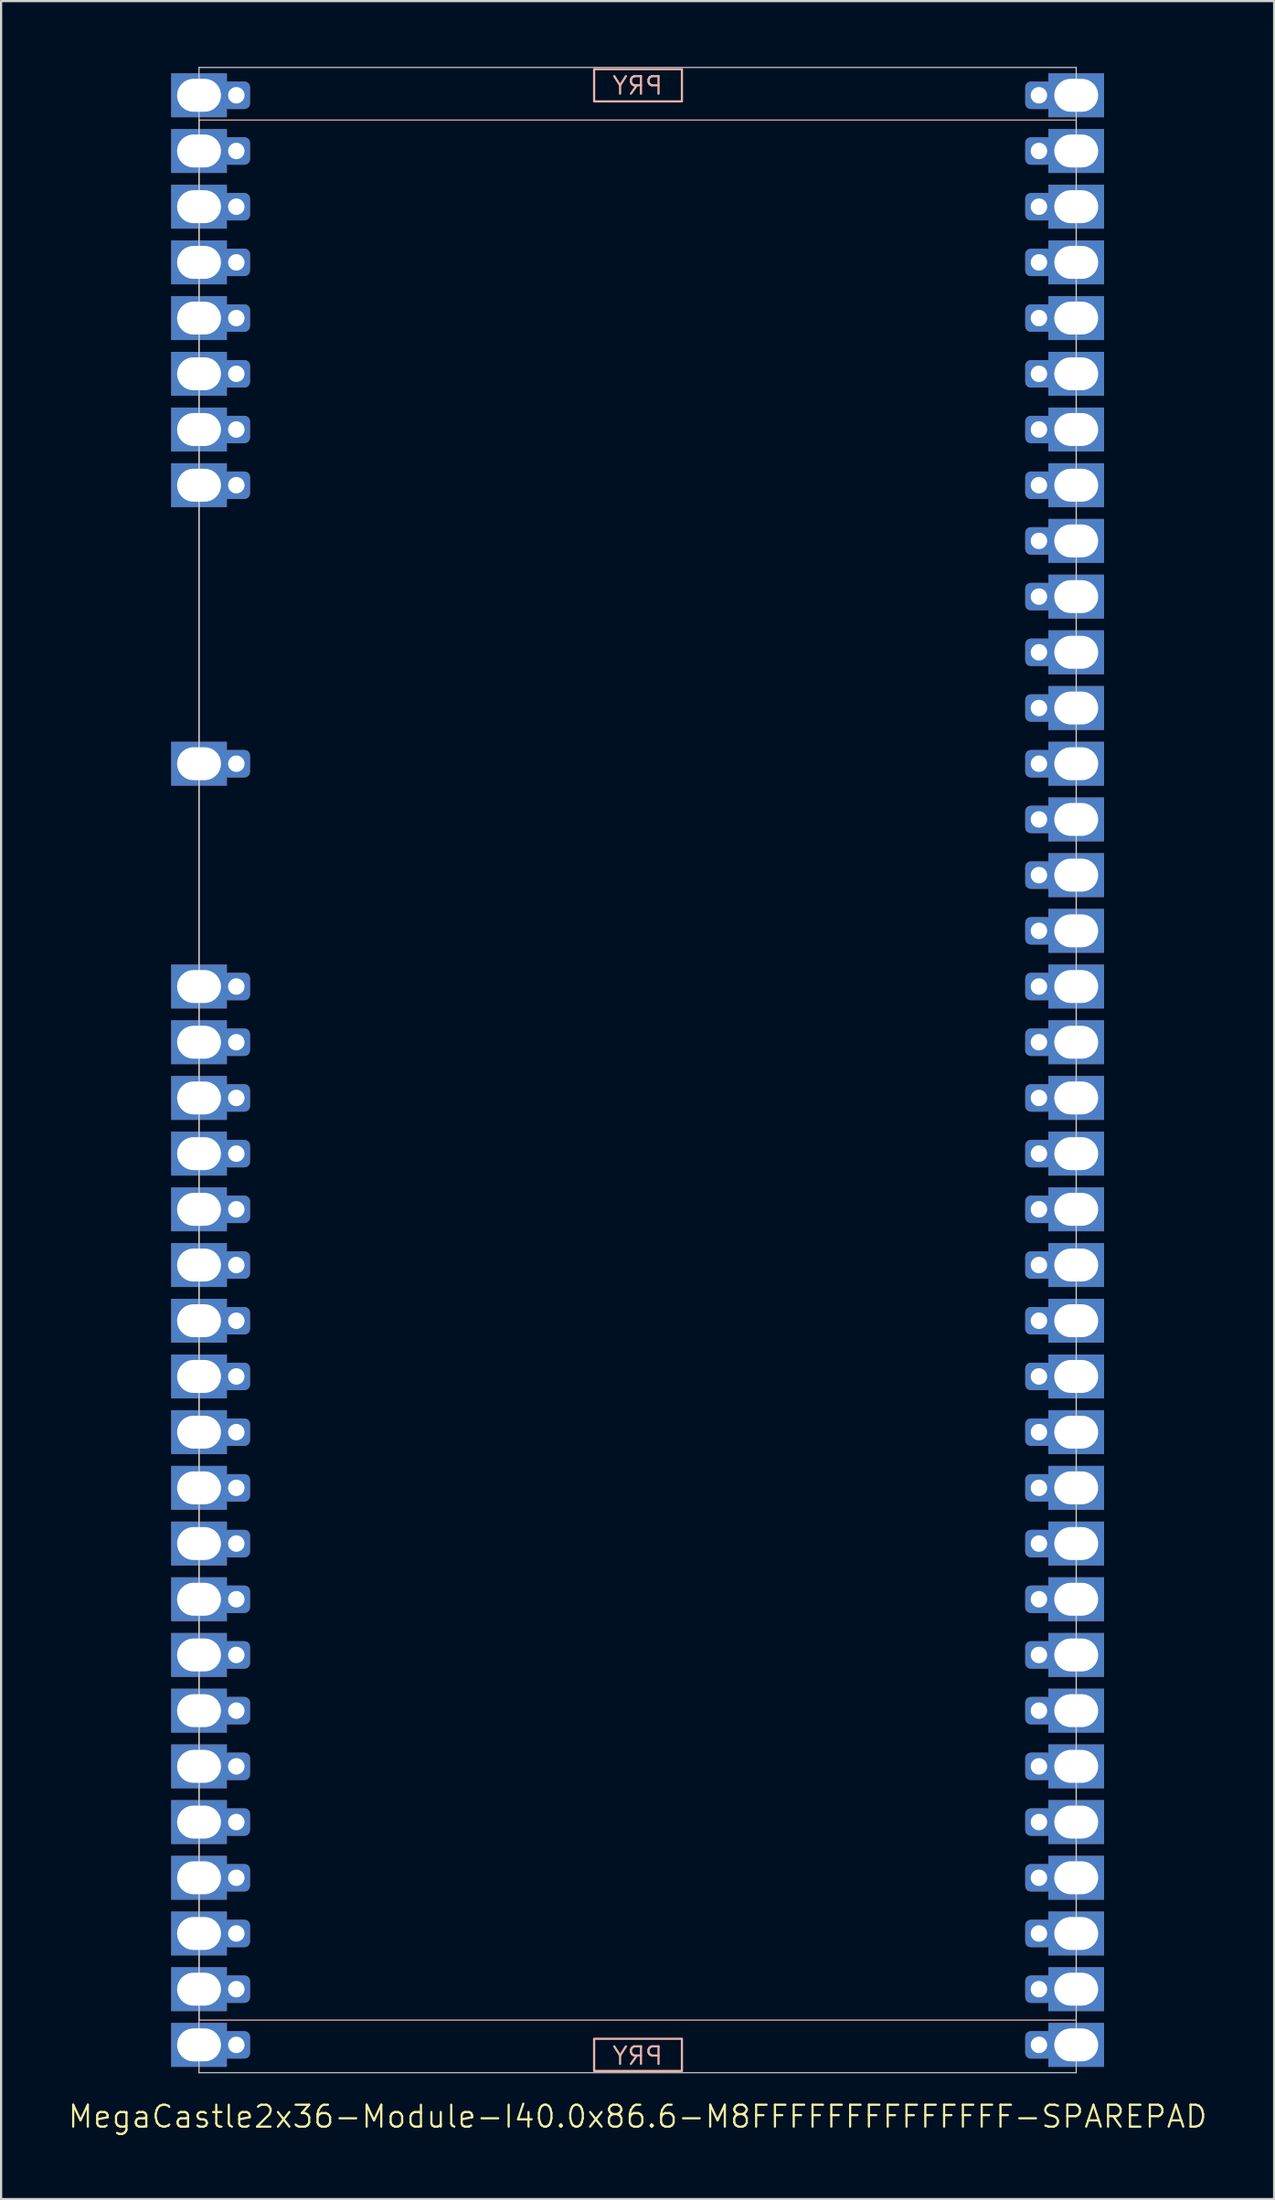
<source format=kicad_pcb>
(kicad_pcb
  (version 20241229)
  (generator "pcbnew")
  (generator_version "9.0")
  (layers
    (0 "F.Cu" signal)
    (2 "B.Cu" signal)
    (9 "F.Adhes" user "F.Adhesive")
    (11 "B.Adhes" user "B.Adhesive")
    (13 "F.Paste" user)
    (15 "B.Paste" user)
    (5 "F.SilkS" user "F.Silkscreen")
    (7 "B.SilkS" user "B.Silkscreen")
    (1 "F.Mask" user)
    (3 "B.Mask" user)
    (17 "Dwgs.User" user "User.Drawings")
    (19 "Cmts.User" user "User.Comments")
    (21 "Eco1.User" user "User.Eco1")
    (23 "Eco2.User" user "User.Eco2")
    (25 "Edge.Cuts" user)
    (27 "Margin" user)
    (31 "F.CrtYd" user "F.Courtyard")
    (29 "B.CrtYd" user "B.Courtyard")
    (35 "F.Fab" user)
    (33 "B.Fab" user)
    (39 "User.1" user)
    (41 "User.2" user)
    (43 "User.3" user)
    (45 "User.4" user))
  (footprint "MegaCastle2x36-Module-I40.0x86.6-M8FFFFFFFFFFFFFF-SPAREPAD"
    (layer "F.Cu")
    (at 26.026 45.745)
    (property "Reference" "MegaCastle2x36-Module-I40.0x86.6-M8FFFFFFFFFFFFFF-SPAREPAD" (at 0 47.72 0) (unlocked yes) (layer "F.SilkS") (effects (font (size 1 1) (thickness 0.1))))
    (attr smd)
    (fp_rect (start -20 43.32) (end 20 -43.32) (stroke (width 0.05) (type default)) (fill no) (layer "B.SilkS"))
    (fp_rect (start -1.984 -44.171) (end 2.02 -45.64) (stroke (width 0.1) (type default)) (fill no) (layer "B.SilkS"))
    (fp_rect (start -1.984 44.171) (end 2.02 45.64) (stroke (width 0.1) (type default)) (fill no) (layer "B.SilkS"))
    (fp_line (start -20 -45.72) (end -20 45.72) (stroke (width 0.05) (type default)) (layer "Edge.Cuts"))
    (fp_line (start -20 -45.72) (end 20 -45.72) (stroke (width 0.05) (type default)) (layer "Edge.Cuts"))
    (fp_line (start -20 45.72) (end 20 45.72) (stroke (width 0.05) (type default)) (layer "Edge.Cuts"))
    (fp_line (start 20 -45.72) (end 20 45.72) (stroke (width 0.05) (type default)) (layer "Edge.Cuts"))
    (fp_text user "PRY" (at 0 45.42 0) (unlocked yes) (layer "B.SilkS") (effects (font (size 0.8 0.8) (thickness 0.1)) (justify bottom mirror)))
    (fp_text user "PRY" (at 0 -44.42 0) (unlocked yes) (layer "B.SilkS") (effects (font (size 0.8 0.8) (thickness 0.1)) (justify bottom mirror)))
    (pad "1" thru_hole rect (at -20 -44.45) (size 2.54 2) (drill oval 2 1.5) (property pad_prop_castellated) (layers "*.Cu" "*.Mask"))
    (pad "1" thru_hole roundrect (at -18.3 -44.45 180) (size 1.25 1.25) (drill 0.75) (layers "*.Cu" "*.Mask") (roundrect_rratio 0.2))
    (pad "2" thru_hole rect (at -20 -41.91) (size 2.54 2) (drill oval 2 1.5) (property pad_prop_castellated) (layers "*.Cu" "*.Mask"))
    (pad "2" thru_hole roundrect (at -18.3 -41.91 180) (size 1.25 1.25) (drill 0.75) (layers "*.Cu" "*.Mask") (roundrect_rratio 0.2))
    (pad "3" thru_hole rect (at -20 -39.37) (size 2.54 2) (drill oval 2 1.5) (property pad_prop_castellated) (layers "*.Cu" "*.Mask"))
    (pad "3" thru_hole roundrect (at -18.3 -39.37 180) (size 1.25 1.25) (drill 0.75) (layers "*.Cu" "*.Mask") (roundrect_rratio 0.2))
    (pad "4" thru_hole rect (at -20 -36.83) (size 2.54 2) (drill oval 2 1.5) (property pad_prop_castellated) (layers "*.Cu" "*.Mask"))
    (pad "4" thru_hole roundrect (at -18.3 -36.83 180) (size 1.25 1.25) (drill 0.75) (layers "*.Cu" "*.Mask") (roundrect_rratio 0.2))
    (pad "5" thru_hole rect (at -20 -34.29) (size 2.54 2) (drill oval 2 1.5) (property pad_prop_castellated) (layers "*.Cu" "*.Mask"))
    (pad "5" thru_hole roundrect (at -18.3 -34.29 180) (size 1.25 1.25) (drill 0.75) (layers "*.Cu" "*.Mask") (roundrect_rratio 0.2))
    (pad "6" thru_hole rect (at -20 -31.75) (size 2.54 2) (drill oval 2 1.5) (property pad_prop_castellated) (layers "*.Cu" "*.Mask"))
    (pad "6" thru_hole roundrect (at -18.3 -31.75 180) (size 1.25 1.25) (drill 0.75) (layers "*.Cu" "*.Mask") (roundrect_rratio 0.2))
    (pad "7" thru_hole rect (at -20 -29.21) (size 2.54 2) (drill oval 2 1.5) (property pad_prop_castellated) (layers "*.Cu" "*.Mask"))
    (pad "7" thru_hole roundrect (at -18.3 -29.21 180) (size 1.25 1.25) (drill 0.75) (layers "*.Cu" "*.Mask") (roundrect_rratio 0.2))
    (pad "8" thru_hole rect (at -20 -26.67) (size 2.54 2) (drill oval 2 1.5) (property pad_prop_castellated) (layers "*.Cu" "*.Mask"))
    (pad "8" thru_hole roundrect (at -18.3 -26.67 180) (size 1.25 1.25) (drill 0.75) (layers "*.Cu" "*.Mask") (roundrect_rratio 0.2))
    (pad "13" thru_hole rect (at -20 -13.97) (size 2.54 2) (drill oval 2 1.5) (property pad_prop_castellated) (layers "*.Cu" "*.Mask"))
    (pad "13" thru_hole roundrect (at -18.3 -13.97 180) (size 1.25 1.25) (drill 0.75) (layers "*.Cu" "*.Mask") (roundrect_rratio 0.2))
    (pad "17" thru_hole rect (at -20 -3.81) (size 2.54 2) (drill oval 2 1.5) (property pad_prop_castellated) (layers "*.Cu" "*.Mask"))
    (pad "17" thru_hole roundrect (at -18.3 -3.81 180) (size 1.25 1.25) (drill 0.75) (layers "*.Cu" "*.Mask") (roundrect_rratio 0.2))
    (pad "18" thru_hole rect (at -20 -1.27) (size 2.54 2) (drill oval 2 1.5) (property pad_prop_castellated) (layers "*.Cu" "*.Mask"))
    (pad "18" thru_hole roundrect (at -18.3 -1.27 180) (size 1.25 1.25) (drill 0.75) (layers "*.Cu" "*.Mask") (roundrect_rratio 0.2))
    (pad "19" thru_hole rect (at -20 1.27) (size 2.54 2) (drill oval 2 1.5) (property pad_prop_castellated) (layers "*.Cu" "*.Mask"))
    (pad "19" thru_hole roundrect (at -18.3 1.27 180) (size 1.25 1.25) (drill 0.75) (layers "*.Cu" "*.Mask") (roundrect_rratio 0.2))
    (pad "20" thru_hole rect (at -20 3.81) (size 2.54 2) (drill oval 2 1.5) (property pad_prop_castellated) (layers "*.Cu" "*.Mask"))
    (pad "20" thru_hole roundrect (at -18.3 3.81 180) (size 1.25 1.25) (drill 0.75) (layers "*.Cu" "*.Mask") (roundrect_rratio 0.2))
    (pad "21" thru_hole rect (at -20 6.35) (size 2.54 2) (drill oval 2 1.5) (property pad_prop_castellated) (layers "*.Cu" "*.Mask"))
    (pad "21" thru_hole roundrect (at -18.3 6.35 180) (size 1.25 1.25) (drill 0.75) (layers "*.Cu" "*.Mask") (roundrect_rratio 0.2))
    (pad "22" thru_hole rect (at -20 8.89) (size 2.54 2) (drill oval 2 1.5) (property pad_prop_castellated) (layers "*.Cu" "*.Mask"))
    (pad "22" thru_hole roundrect (at -18.3 8.89 180) (size 1.25 1.25) (drill 0.75) (layers "*.Cu" "*.Mask") (roundrect_rratio 0.2))
    (pad "23" thru_hole rect (at -20 11.43) (size 2.54 2) (drill oval 2 1.5) (property pad_prop_castellated) (layers "*.Cu" "*.Mask"))
    (pad "23" thru_hole roundrect (at -18.3 11.43 180) (size 1.25 1.25) (drill 0.75) (layers "*.Cu" "*.Mask") (roundrect_rratio 0.2))
    (pad "24" thru_hole rect (at -20 13.97) (size 2.54 2) (drill oval 2 1.5) (property pad_prop_castellated) (layers "*.Cu" "*.Mask"))
    (pad "24" thru_hole roundrect (at -18.3 13.97 180) (size 1.25 1.25) (drill 0.75) (layers "*.Cu" "*.Mask") (roundrect_rratio 0.2))
    (pad "25" thru_hole rect (at -20 16.51) (size 2.54 2) (drill oval 2 1.5) (property pad_prop_castellated) (layers "*.Cu" "*.Mask"))
    (pad "25" thru_hole roundrect (at -18.3 16.51 180) (size 1.25 1.25) (drill 0.75) (layers "*.Cu" "*.Mask") (roundrect_rratio 0.2))
    (pad "26" thru_hole rect (at -20 19.05) (size 2.54 2) (drill oval 2 1.5) (property pad_prop_castellated) (layers "*.Cu" "*.Mask"))
    (pad "26" thru_hole roundrect (at -18.3 19.05 180) (size 1.25 1.25) (drill 0.75) (layers "*.Cu" "*.Mask") (roundrect_rratio 0.2))
    (pad "27" thru_hole rect (at -20 21.59) (size 2.54 2) (drill oval 2 1.5) (property pad_prop_castellated) (layers "*.Cu" "*.Mask"))
    (pad "27" thru_hole roundrect (at -18.3 21.59 180) (size 1.25 1.25) (drill 0.75) (layers "*.Cu" "*.Mask") (roundrect_rratio 0.2))
    (pad "28" thru_hole rect (at -20 24.13) (size 2.54 2) (drill oval 2 1.5) (property pad_prop_castellated) (layers "*.Cu" "*.Mask"))
    (pad "28" thru_hole roundrect (at -18.3 24.13 180) (size 1.25 1.25) (drill 0.75) (layers "*.Cu" "*.Mask") (roundrect_rratio 0.2))
    (pad "29" thru_hole rect (at -20 26.67) (size 2.54 2) (drill oval 2 1.5) (property pad_prop_castellated) (layers "*.Cu" "*.Mask"))
    (pad "29" thru_hole roundrect (at -18.3 26.67 180) (size 1.25 1.25) (drill 0.75) (layers "*.Cu" "*.Mask") (roundrect_rratio 0.2))
    (pad "30" thru_hole rect (at -20 29.21) (size 2.54 2) (drill oval 2 1.5) (property pad_prop_castellated) (layers "*.Cu" "*.Mask"))
    (pad "30" thru_hole roundrect (at -18.3 29.21 180) (size 1.25 1.25) (drill 0.75) (layers "*.Cu" "*.Mask") (roundrect_rratio 0.2))
    (pad "31" thru_hole rect (at -20 31.75) (size 2.54 2) (drill oval 2 1.5) (property pad_prop_castellated) (layers "*.Cu" "*.Mask"))
    (pad "31" thru_hole roundrect (at -18.3 31.75 180) (size 1.25 1.25) (drill 0.75) (layers "*.Cu" "*.Mask") (roundrect_rratio 0.2))
    (pad "32" thru_hole rect (at -20 34.29) (size 2.54 2) (drill oval 2 1.5) (property pad_prop_castellated) (layers "*.Cu" "*.Mask"))
    (pad "32" thru_hole roundrect (at -18.3 34.29 180) (size 1.25 1.25) (drill 0.75) (layers "*.Cu" "*.Mask") (roundrect_rratio 0.2))
    (pad "33" thru_hole rect (at -20 36.83) (size 2.54 2) (drill oval 2 1.5) (property pad_prop_castellated) (layers "*.Cu" "*.Mask"))
    (pad "33" thru_hole roundrect (at -18.3 36.83 180) (size 1.25 1.25) (drill 0.75) (layers "*.Cu" "*.Mask") (roundrect_rratio 0.2))
    (pad "34" thru_hole rect (at -20 39.37) (size 2.54 2) (drill oval 2 1.5) (property pad_prop_castellated) (layers "*.Cu" "*.Mask"))
    (pad "34" thru_hole roundrect (at -18.3 39.37 180) (size 1.25 1.25) (drill 0.75) (layers "*.Cu" "*.Mask") (roundrect_rratio 0.2))
    (pad "35" thru_hole rect (at -20 41.91) (size 2.54 2) (drill oval 2 1.5) (property pad_prop_castellated) (layers "*.Cu" "*.Mask"))
    (pad "35" thru_hole roundrect (at -18.3 41.91 180) (size 1.25 1.25) (drill 0.75) (layers "*.Cu" "*.Mask") (roundrect_rratio 0.2))
    (pad "36" thru_hole rect (at -20 44.45) (size 2.54 2) (drill oval 2 1.5) (property pad_prop_castellated) (layers "*.Cu" "*.Mask"))
    (pad "36" thru_hole roundrect (at -18.3 44.45 180) (size 1.25 1.25) (drill 0.75) (layers "*.Cu" "*.Mask") (roundrect_rratio 0.2))
    (pad "37" thru_hole roundrect (at 18.3 -44.45 180) (size 1.25 1.25) (drill 0.75) (layers "*.Cu" "*.Mask") (roundrect_rratio 0.2))
    (pad "37" thru_hole rect (at 20 -44.45) (size 2.54 2) (drill oval 2 1.5) (property pad_prop_castellated) (layers "*.Cu" "*.Mask"))
    (pad "38" thru_hole roundrect (at 18.3 -41.91 180) (size 1.25 1.25) (drill 0.75) (layers "*.Cu" "*.Mask") (roundrect_rratio 0.2))
    (pad "38" thru_hole rect (at 20 -41.91) (size 2.54 2) (drill oval 2 1.5) (property pad_prop_castellated) (layers "*.Cu" "*.Mask"))
    (pad "39" thru_hole roundrect (at 18.3 -39.37 180) (size 1.25 1.25) (drill 0.75) (layers "*.Cu" "*.Mask") (roundrect_rratio 0.2))
    (pad "39" thru_hole rect (at 20 -39.37) (size 2.54 2) (drill oval 2 1.5) (property pad_prop_castellated) (layers "*.Cu" "*.Mask"))
    (pad "40" thru_hole roundrect (at 18.3 -36.83 180) (size 1.25 1.25) (drill 0.75) (layers "*.Cu" "*.Mask") (roundrect_rratio 0.2))
    (pad "40" thru_hole rect (at 20 -36.83) (size 2.54 2) (drill oval 2 1.5) (property pad_prop_castellated) (layers "*.Cu" "*.Mask"))
    (pad "41" thru_hole roundrect (at 18.3 -34.29 180) (size 1.25 1.25) (drill 0.75) (layers "*.Cu" "*.Mask") (roundrect_rratio 0.2))
    (pad "41" thru_hole rect (at 20 -34.29) (size 2.54 2) (drill oval 2 1.5) (property pad_prop_castellated) (layers "*.Cu" "*.Mask"))
    (pad "42" thru_hole roundrect (at 18.3 -31.75 180) (size 1.25 1.25) (drill 0.75) (layers "*.Cu" "*.Mask") (roundrect_rratio 0.2))
    (pad "42" thru_hole rect (at 20 -31.75) (size 2.54 2) (drill oval 2 1.5) (property pad_prop_castellated) (layers "*.Cu" "*.Mask"))
    (pad "43" thru_hole roundrect (at 18.3 -29.21 180) (size 1.25 1.25) (drill 0.75) (layers "*.Cu" "*.Mask") (roundrect_rratio 0.2))
    (pad "43" thru_hole rect (at 20 -29.21) (size 2.54 2) (drill oval 2 1.5) (property pad_prop_castellated) (layers "*.Cu" "*.Mask"))
    (pad "44" thru_hole roundrect (at 18.3 -26.67 180) (size 1.25 1.25) (drill 0.75) (layers "*.Cu" "*.Mask") (roundrect_rratio 0.2))
    (pad "44" thru_hole rect (at 20 -26.67) (size 2.54 2) (drill oval 2 1.5) (property pad_prop_castellated) (layers "*.Cu" "*.Mask"))
    (pad "45" thru_hole roundrect (at 18.3 -24.13 180) (size 1.25 1.25) (drill 0.75) (layers "*.Cu" "*.Mask") (roundrect_rratio 0.2))
    (pad "45" thru_hole rect (at 20 -24.13) (size 2.54 2) (drill oval 2 1.5) (property pad_prop_castellated) (layers "*.Cu" "*.Mask"))
    (pad "46" thru_hole roundrect (at 18.3 -21.59 180) (size 1.25 1.25) (drill 0.75) (layers "*.Cu" "*.Mask") (roundrect_rratio 0.2))
    (pad "46" thru_hole rect (at 20 -21.59) (size 2.54 2) (drill oval 2 1.5) (property pad_prop_castellated) (layers "*.Cu" "*.Mask"))
    (pad "47" thru_hole roundrect (at 18.3 -19.05 180) (size 1.25 1.25) (drill 0.75) (layers "*.Cu" "*.Mask") (roundrect_rratio 0.2))
    (pad "47" thru_hole rect (at 20 -19.05) (size 2.54 2) (drill oval 2 1.5) (property pad_prop_castellated) (layers "*.Cu" "*.Mask"))
    (pad "48" thru_hole roundrect (at 18.3 -16.51 180) (size 1.25 1.25) (drill 0.75) (layers "*.Cu" "*.Mask") (roundrect_rratio 0.2))
    (pad "48" thru_hole rect (at 20 -16.51) (size 2.54 2) (drill oval 2 1.5) (property pad_prop_castellated) (layers "*.Cu" "*.Mask"))
    (pad "49" thru_hole roundrect (at 18.3 -13.97 180) (size 1.25 1.25) (drill 0.75) (layers "*.Cu" "*.Mask") (roundrect_rratio 0.2))
    (pad "49" thru_hole rect (at 20 -13.97) (size 2.54 2) (drill oval 2 1.5) (property pad_prop_castellated) (layers "*.Cu" "*.Mask"))
    (pad "50" thru_hole roundrect (at 18.3 -11.43 180) (size 1.25 1.25) (drill 0.75) (layers "*.Cu" "*.Mask") (roundrect_rratio 0.2))
    (pad "50" thru_hole rect (at 20 -11.43) (size 2.54 2) (drill oval 2 1.5) (property pad_prop_castellated) (layers "*.Cu" "*.Mask"))
    (pad "51" thru_hole roundrect (at 18.3 -8.89 180) (size 1.25 1.25) (drill 0.75) (layers "*.Cu" "*.Mask") (roundrect_rratio 0.2))
    (pad "51" thru_hole rect (at 20 -8.89) (size 2.54 2) (drill oval 2 1.5) (property pad_prop_castellated) (layers "*.Cu" "*.Mask"))
    (pad "52" thru_hole roundrect (at 18.3 -6.35 180) (size 1.25 1.25) (drill 0.75) (layers "*.Cu" "*.Mask") (roundrect_rratio 0.2))
    (pad "52" thru_hole rect (at 20 -6.35) (size 2.54 2) (drill oval 2 1.5) (property pad_prop_castellated) (layers "*.Cu" "*.Mask"))
    (pad "53" thru_hole roundrect (at 18.3 -3.81 180) (size 1.25 1.25) (drill 0.75) (layers "*.Cu" "*.Mask") (roundrect_rratio 0.2))
    (pad "53" thru_hole rect (at 20 -3.81) (size 2.54 2) (drill oval 2 1.5) (property pad_prop_castellated) (layers "*.Cu" "*.Mask"))
    (pad "54" thru_hole roundrect (at 18.3 -1.27 180) (size 1.25 1.25) (drill 0.75) (layers "*.Cu" "*.Mask") (roundrect_rratio 0.2))
    (pad "54" thru_hole rect (at 20 -1.27) (size 2.54 2) (drill oval 2 1.5) (property pad_prop_castellated) (layers "*.Cu" "*.Mask"))
    (pad "55" thru_hole roundrect (at 18.3 1.27 180) (size 1.25 1.25) (drill 0.75) (layers "*.Cu" "*.Mask") (roundrect_rratio 0.2))
    (pad "55" thru_hole rect (at 20 1.27) (size 2.54 2) (drill oval 2 1.5) (property pad_prop_castellated) (layers "*.Cu" "*.Mask"))
    (pad "56" thru_hole roundrect (at 18.3 3.81 180) (size 1.25 1.25) (drill 0.75) (layers "*.Cu" "*.Mask") (roundrect_rratio 0.2))
    (pad "56" thru_hole rect (at 20 3.81) (size 2.54 2) (drill oval 2 1.5) (property pad_prop_castellated) (layers "*.Cu" "*.Mask"))
    (pad "57" thru_hole roundrect (at 18.3 6.35 180) (size 1.25 1.25) (drill 0.75) (layers "*.Cu" "*.Mask") (roundrect_rratio 0.2))
    (pad "57" thru_hole rect (at 20 6.35) (size 2.54 2) (drill oval 2 1.5) (property pad_prop_castellated) (layers "*.Cu" "*.Mask"))
    (pad "58" thru_hole roundrect (at 18.3 8.89 180) (size 1.25 1.25) (drill 0.75) (layers "*.Cu" "*.Mask") (roundrect_rratio 0.2))
    (pad "58" thru_hole rect (at 20 8.89) (size 2.54 2) (drill oval 2 1.5) (property pad_prop_castellated) (layers "*.Cu" "*.Mask"))
    (pad "59" thru_hole roundrect (at 18.3 11.43 180) (size 1.25 1.25) (drill 0.75) (layers "*.Cu" "*.Mask") (roundrect_rratio 0.2))
    (pad "59" thru_hole rect (at 20 11.43) (size 2.54 2) (drill oval 2 1.5) (property pad_prop_castellated) (layers "*.Cu" "*.Mask"))
    (pad "60" thru_hole roundrect (at 18.3 13.97 180) (size 1.25 1.25) (drill 0.75) (layers "*.Cu" "*.Mask") (roundrect_rratio 0.2))
    (pad "60" thru_hole rect (at 20 13.97) (size 2.54 2) (drill oval 2 1.5) (property pad_prop_castellated) (layers "*.Cu" "*.Mask"))
    (pad "61" thru_hole roundrect (at 18.3 16.51 180) (size 1.25 1.25) (drill 0.75) (layers "*.Cu" "*.Mask") (roundrect_rratio 0.2))
    (pad "61" thru_hole rect (at 20 16.51) (size 2.54 2) (drill oval 2 1.5) (property pad_prop_castellated) (layers "*.Cu" "*.Mask"))
    (pad "62" thru_hole roundrect (at 18.3 19.05 180) (size 1.25 1.25) (drill 0.75) (layers "*.Cu" "*.Mask") (roundrect_rratio 0.2))
    (pad "62" thru_hole rect (at 20 19.05) (size 2.54 2) (drill oval 2 1.5) (property pad_prop_castellated) (layers "*.Cu" "*.Mask"))
    (pad "63" thru_hole roundrect (at 18.3 21.59 180) (size 1.25 1.25) (drill 0.75) (layers "*.Cu" "*.Mask") (roundrect_rratio 0.2))
    (pad "63" thru_hole rect (at 20 21.59) (size 2.54 2) (drill oval 2 1.5) (property pad_prop_castellated) (layers "*.Cu" "*.Mask"))
    (pad "64" thru_hole roundrect (at 18.3 24.13 180) (size 1.25 1.25) (drill 0.75) (layers "*.Cu" "*.Mask") (roundrect_rratio 0.2))
    (pad "64" thru_hole rect (at 20 24.13) (size 2.54 2) (drill oval 2 1.5) (property pad_prop_castellated) (layers "*.Cu" "*.Mask"))
    (pad "65" thru_hole roundrect (at 18.3 26.67 180) (size 1.25 1.25) (drill 0.75) (layers "*.Cu" "*.Mask") (roundrect_rratio 0.2))
    (pad "65" thru_hole rect (at 20 26.67) (size 2.54 2) (drill oval 2 1.5) (property pad_prop_castellated) (layers "*.Cu" "*.Mask"))
    (pad "66" thru_hole roundrect (at 18.3 29.21 180) (size 1.25 1.25) (drill 0.75) (layers "*.Cu" "*.Mask") (roundrect_rratio 0.2))
    (pad "66" thru_hole rect (at 20 29.21) (size 2.54 2) (drill oval 2 1.5) (property pad_prop_castellated) (layers "*.Cu" "*.Mask"))
    (pad "67" thru_hole roundrect (at 18.3 31.75 180) (size 1.25 1.25) (drill 0.75) (layers "*.Cu" "*.Mask") (roundrect_rratio 0.2))
    (pad "67" thru_hole rect (at 20 31.75) (size 2.54 2) (drill oval 2 1.5) (property pad_prop_castellated) (layers "*.Cu" "*.Mask"))
    (pad "68" thru_hole roundrect (at 18.3 34.29 180) (size 1.25 1.25) (drill 0.75) (layers "*.Cu" "*.Mask") (roundrect_rratio 0.2))
    (pad "68" thru_hole rect (at 20 34.29) (size 2.54 2) (drill oval 2 1.5) (property pad_prop_castellated) (layers "*.Cu" "*.Mask"))
    (pad "69" thru_hole roundrect (at 18.3 36.83 180) (size 1.25 1.25) (drill 0.75) (layers "*.Cu" "*.Mask") (roundrect_rratio 0.2))
    (pad "69" thru_hole rect (at 20 36.83) (size 2.54 2) (drill oval 2 1.5) (property pad_prop_castellated) (layers "*.Cu" "*.Mask"))
    (pad "70" thru_hole roundrect (at 18.3 39.37 180) (size 1.25 1.25) (drill 0.75) (layers "*.Cu" "*.Mask") (roundrect_rratio 0.2))
    (pad "70" thru_hole rect (at 20 39.37) (size 2.54 2) (drill oval 2 1.5) (property pad_prop_castellated) (layers "*.Cu" "*.Mask"))
    (pad "71" thru_hole roundrect (at 18.3 41.91 180) (size 1.25 1.25) (drill 0.75) (layers "*.Cu" "*.Mask") (roundrect_rratio 0.2))
    (pad "71" thru_hole rect (at 20 41.91) (size 2.54 2) (drill oval 2 1.5) (property pad_prop_castellated) (layers "*.Cu" "*.Mask"))
    (pad "72" thru_hole roundrect (at 18.3 44.45 180) (size 1.25 1.25) (drill 0.75) (layers "*.Cu" "*.Mask") (roundrect_rratio 0.2))
    (pad "72" thru_hole rect (at 20 44.45) (size 2.54 2) (drill oval 2 1.5) (property pad_prop_castellated) (layers "*.Cu" "*.Mask"))
    (zone (net_name "") (layer "B.Cu") (hatch edge 0.5) (connect_pads) (min_thickness 0.25) (filled_areas_thickness no) (keepout (tracks allowed) (vias allowed) (pads allowed) (copperpour allowed) (footprints not_allowed)) (placement (enabled no)) (fill) (polygon (pts (xy 6.026 91.465) (xy 6.026 0.025))))
    (zone (net_name "") (layer "B.Cu") (hatch edge 0.5) (connect_pads) (min_thickness 0.25) (filled_areas_thickness no) (keepout (tracks allowed) (vias allowed) (pads allowed) (copperpour allowed) (footprints not_allowed)) (placement (enabled no)) (fill) (polygon (pts (xy 46.026 91.465) (xy 46.026 0.025))))
    (zone (net_name "") (layer "B.Cu") (hatch edge 0.5) (connect_pads) (min_thickness 0.25) (filled_areas_thickness no) (keepout (tracks allowed) (vias allowed) (pads allowed) (copperpour allowed) (footprints not_allowed)) (placement (enabled no)) (fill) (polygon (pts (xy 6.026 0.025) (xy 6.026 2.425) (xy 46.026 2.425) (xy 46.026 0.025))))
    (zone (net_name "") (layer "B.Cu") (hatch edge 0.5) (connect_pads) (min_thickness 0.25) (filled_areas_thickness no) (keepout (tracks allowed) (vias allowed) (pads allowed) (copperpour allowed) (footprints not_allowed)) (placement (enabled no)) (fill) (polygon (pts (xy 6.026 91.465) (xy 6.026 89.065) (xy 46.026 89.065) (xy 46.026 91.465))))
    (zone (net_name "") (layer "B.Cu") (name "Upper Pry Zone") (hatch edge 0.5) (connect_pads) (min_thickness 0.25) (filled_areas_thickness no) (keepout (tracks not_allowed) (vias not_allowed) (pads not_allowed) (copperpour allowed) (footprints not_allowed)) (placement (enabled no)) (fill) (polygon (pts (xy 24.042 1.574) (xy 24.042 0.105) (xy 28.046 0.105) (xy 28.046 1.574))))
    (zone (net_name "") (layer "B.Cu") (name "Upper Pry Zone") (hatch edge 0.5) (connect_pads) (min_thickness 0.25) (filled_areas_thickness no) (keepout (tracks not_allowed) (vias not_allowed) (pads not_allowed) (copperpour allowed) (footprints not_allowed)) (placement (enabled no)) (fill) (polygon (pts (xy 24.042 89.916) (xy 24.042 91.385) (xy 28.046 91.385) (xy 28.046 89.916)))))
  (gr_rect
    (start -3 -3)
    (end 55.052 97.226)
    (stroke (width 0.1) (type default))
    (fill no)
    (layer "Edge.Cuts")))
</source>
